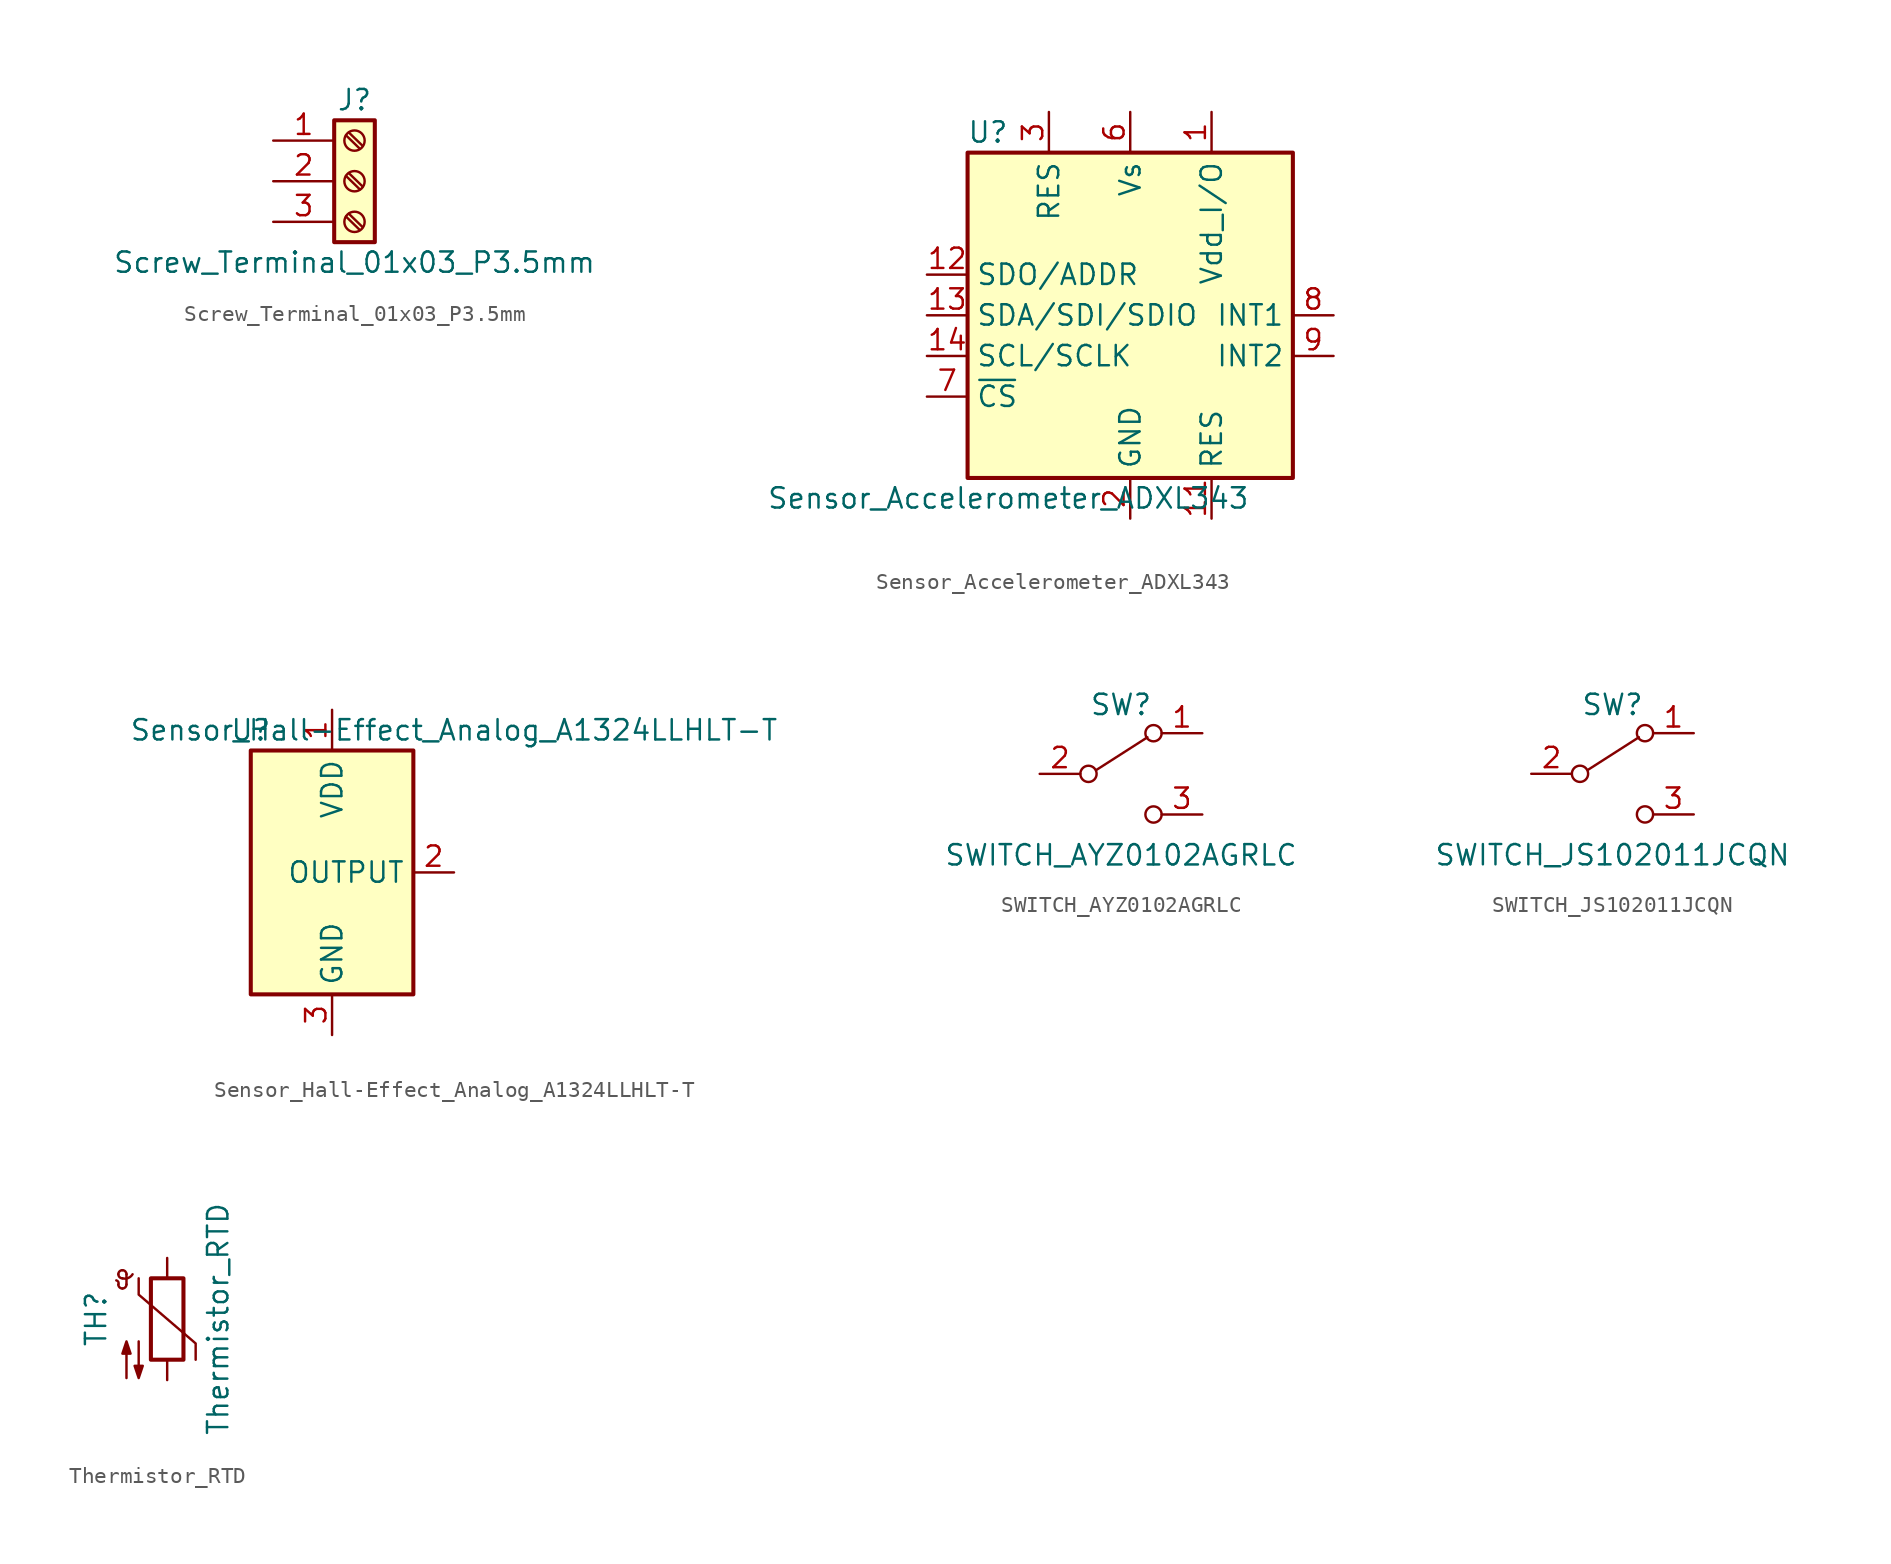
<source format=kicad_sym>
(kicad_symbol_lib
  (version 20211014)
  (generator kicad_symbol_editor)
  (symbol "Screw_Terminal_01x03_P3.5mm"
    (pin_names
      (offset 1.016) hide)
    (property "Reference" "J"
      (at 0 5.08 0)
      (effects (font (size 1.27 1.27))))
    (property "Value" "Screw_Terminal_01x03_P3.5mm"
      (at 0 -5.08 0)
      (effects (font (size 1.27 1.27))))
    (symbol "Screw_Terminal_01x03_P3.5mm_1_1"
      (rectangle (start -1.27 3.81) (end 1.27 -3.81) (stroke (width 0.254) (type default) (color 0 0 0 0)) (fill (type background)))
      (circle (center 0 -2.54) (radius 0.635) (stroke (width 0.152) (type default) (color 0 0 0 0)) (fill (type none)))
      (polyline (pts (xy -0.533 -2.21) (xy 0.33 -3.048)) (stroke (width 0.152) (type default) (color 0 0 0 0)) (fill (type none)))
      (polyline (pts (xy -0.533 0.33) (xy 0.33 -0.508)) (stroke (width 0.152) (type default) (color 0 0 0 0)) (fill (type none)))
      (polyline (pts (xy -0.533 2.87) (xy 0.33 2.032)) (stroke (width 0.152) (type default) (color 0 0 0 0)) (fill (type none)))
      (polyline (pts (xy -0.356 -2.032) (xy 0.508 -2.87)) (stroke (width 0.152) (type default) (color 0 0 0 0)) (fill (type none)))
      (polyline (pts (xy -0.356 0.508) (xy 0.508 -0.33)) (stroke (width 0.152) (type default) (color 0 0 0 0)) (fill (type none)))
      (polyline (pts (xy -0.356 3.048) (xy 0.508 2.21)) (stroke (width 0.152) (type default) (color 0 0 0 0)) (fill (type none)))
      (circle (center 0 0) (radius 0.635) (stroke (width 0.152) (type default) (color 0 0 0 0)) (fill (type none)))
      (circle (center 0 2.54) (radius 0.635) (stroke (width 0.152) (type default) (color 0 0 0 0)) (fill (type none)))
      (pin passive line (at -5.08 2.54 0) (length 3.81) (name "Pin_1" (effects (font (size 1.27 1.27)))) (number "1" (effects (font (size 1.27 1.27)))))
      (pin passive line (at -5.08 0 0) (length 3.81) (name "Pin_2" (effects (font (size 1.27 1.27)))) (number "2" (effects (font (size 1.27 1.27)))))
      (pin passive line (at -5.08 -2.54 0) (length 3.81) (name "Pin_3" (effects (font (size 1.27 1.27)))) (number "3" (effects (font (size 1.27 1.27)))))))
  (symbol "Sensor_Accelerometer_ADXL343"
    (property "Reference" "U"
      (at -8.89 11.43 0)
      (effects (font (size 1.27 1.27))))
    (property "Value" "Sensor_Accelerometer_ADXL343"
      (at -7.62 -11.43 0)
      (effects (font (size 1.27 1.27))))
    (symbol "Sensor_Accelerometer_ADXL343_0_1"
      (rectangle (start -10.16 10.16) (end 10.16 -10.16) (stroke (width 0.254) (type default) (color 0 0 0 0)) (fill (type background))))
    (symbol "Sensor_Accelerometer_ADXL343_1_1"
      (pin power_in line (at 5.08 12.7 270) (length 2.54) (name "Vdd_I/O" (effects (font (size 1.27 1.27)))) (number "1" (effects (font (size 1.27 1.27)))))
      (pin no_connect line (at -5.08 -10.16 90) (length 2.54) hide (name "NC" (effects (font (size 1.27 1.27)))) (number "10" (effects (font (size 1.27 1.27)))))
      (pin passive line (at 5.08 -12.7 90) (length 2.54) (name "RES" (effects (font (size 1.27 1.27)))) (number "11" (effects (font (size 1.27 1.27)))))
      (pin bidirectional line (at -12.7 2.54 0) (length 2.54) (name "SDO/ADDR" (effects (font (size 1.27 1.27)))) (number "12" (effects (font (size 1.27 1.27)))))
      (pin bidirectional line (at -12.7 0 0) (length 2.54) (name "SDA/SDI/SDIO" (effects (font (size 1.27 1.27)))) (number "13" (effects (font (size 1.27 1.27)))))
      (pin input line (at -12.7 -2.54 0) (length 2.54) (name "SCL/SCLK" (effects (font (size 1.27 1.27)))) (number "14" (effects (font (size 1.27 1.27)))))
      (pin power_in line (at 0 -12.7 90) (length 2.54) (name "GND" (effects (font (size 1.27 1.27)))) (number "2" (effects (font (size 1.27 1.27)))))
      (pin passive line (at -5.08 12.7 270) (length 2.54) (name "RES" (effects (font (size 1.27 1.27)))) (number "3" (effects (font (size 1.27 1.27)))))
      (pin passive line (at 0 -12.7 90) (length 2.54) hide (name "GND" (effects (font (size 1.27 1.27)))) (number "4" (effects (font (size 1.27 1.27)))))
      (pin passive line (at 0 -12.7 90) (length 2.54) hide (name "GND" (effects (font (size 1.27 1.27)))) (number "5" (effects (font (size 1.27 1.27)))))
      (pin power_in line (at 0 12.7 270) (length 2.54) (name "Vs" (effects (font (size 1.27 1.27)))) (number "6" (effects (font (size 1.27 1.27)))))
      (pin input line (at -12.7 -5.08 0) (length 2.54) (name "~{CS}" (effects (font (size 1.27 1.27)))) (number "7" (effects (font (size 1.27 1.27)))))
      (pin output line (at 12.7 0 180) (length 2.54) (name "INT1" (effects (font (size 1.27 1.27)))) (number "8" (effects (font (size 1.27 1.27)))))
      (pin output line (at 12.7 -2.54 180) (length 2.54) (name "INT2" (effects (font (size 1.27 1.27)))) (number "9" (effects (font (size 1.27 1.27)))))))
  (symbol "Sensor_Hall-Effect_Analog_A1324LLHLT-T"
    (property "Reference" "U"
      (at -5.08 8.89 0)
      (effects (font (size 1.27 1.27))))
    (property "Value" "Sensor_Hall-Effect_Analog_A1324LLHLT-T"
      (at 7.62 8.89 0)
      (effects (font (size 1.27 1.27))))
    (symbol "Sensor_Hall-Effect_Analog_A1324LLHLT-T_0_1"
      (rectangle (start 5.08 7.62) (end -5.08 -7.62) (stroke (width 0.254) (type default) (color 0 0 0 0)) (fill (type background))))
    (symbol "Sensor_Hall-Effect_Analog_A1324LLHLT-T_1_1"
      (pin power_in line (at 0 10.16 270) (length 2.54) (name "VDD" (effects (font (size 1.27 1.27)))) (number "1" (effects (font (size 1.27 1.27)))))
      (pin open_collector line (at 7.62 0 180) (length 2.54) (name "OUTPUT" (effects (font (size 1.27 1.27)))) (number "2" (effects (font (size 1.27 1.27)))))
      (pin power_in line (at 0 -10.16 90) (length 2.54) (name "GND" (effects (font (size 1.27 1.27)))) (number "3" (effects (font (size 1.27 1.27)))))))
  (symbol "SWITCH_AYZ0102AGRLC"
    (pin_names
      (offset 0) hide)
    (property "Reference" "SW"
      (at 0 4.318 0)
      (effects (font (size 1.27 1.27))))
    (property "Value" "SWITCH_AYZ0102AGRLC"
      (at 0 -5.08 0)
      (effects (font (size 1.27 1.27))))
    (symbol "SWITCH_AYZ0102AGRLC_0_0"
      (circle (center -2.032 0) (radius 0.508) (stroke (width 0) (type default) (color 0 0 0 0)) (fill (type none)))
      (circle (center 2.032 -2.54) (radius 0.508) (stroke (width 0) (type default) (color 0 0 0 0)) (fill (type none))))
    (symbol "SWITCH_AYZ0102AGRLC_0_1"
      (polyline (pts (xy -1.524 0.254) (xy 1.651 2.286)) (stroke (width 0) (type default) (color 0 0 0 0)) (fill (type none)))
      (circle (center 2.032 2.54) (radius 0.508) (stroke (width 0) (type default) (color 0 0 0 0)) (fill (type none))))
    (symbol "SWITCH_AYZ0102AGRLC_1_1"
      (pin passive line (at 5.08 2.54 180) (length 2.54) (name "A" (effects (font (size 1.27 1.27)))) (number "1" (effects (font (size 1.27 1.27)))))
      (pin passive line (at -5.08 0 0) (length 2.54) (name "B" (effects (font (size 1.27 1.27)))) (number "2" (effects (font (size 1.27 1.27)))))
      (pin passive line (at 5.08 -2.54 180) (length 2.54) (name "C" (effects (font (size 1.27 1.27)))) (number "3" (effects (font (size 1.27 1.27)))))))
  (symbol "SWITCH_JS102011JCQN"
    (pin_names
      (offset 0) hide)
    (property "Reference" "SW"
      (at 0 4.318 0)
      (effects (font (size 1.27 1.27))))
    (property "Value" "SWITCH_JS102011JCQN"
      (at 0 -5.08 0)
      (effects (font (size 1.27 1.27))))
    (symbol "SWITCH_JS102011JCQN_0_0"
      (circle (center -2.032 0) (radius 0.508) (stroke (width 0) (type default) (color 0 0 0 0)) (fill (type none)))
      (circle (center 2.032 -2.54) (radius 0.508) (stroke (width 0) (type default) (color 0 0 0 0)) (fill (type none))))
    (symbol "SWITCH_JS102011JCQN_0_1"
      (polyline (pts (xy -1.524 0.254) (xy 1.651 2.286)) (stroke (width 0) (type default) (color 0 0 0 0)) (fill (type none)))
      (circle (center 2.032 2.54) (radius 0.508) (stroke (width 0) (type default) (color 0 0 0 0)) (fill (type none))))
    (symbol "SWITCH_JS102011JCQN_1_1"
      (pin passive line (at 5.08 2.54 180) (length 2.54) (name "A" (effects (font (size 1.27 1.27)))) (number "1" (effects (font (size 1.27 1.27)))))
      (pin passive line (at -5.08 0 0) (length 2.54) (name "B" (effects (font (size 1.27 1.27)))) (number "2" (effects (font (size 1.27 1.27)))))
      (pin passive line (at 5.08 -2.54 180) (length 2.54) (name "C" (effects (font (size 1.27 1.27)))) (number "3" (effects (font (size 1.27 1.27)))))))
  (symbol "Thermistor_RTD"
    (pin_numbers hide)
    (pin_names
      (offset 0))
    (property "Reference" "TH"
      (at -4.445 0 90)
      (effects (font (size 1.27 1.27))))
    (property "Value" "Thermistor_RTD"
      (at 3.175 0 90)
      (effects (font (size 1.27 1.27))))
    (symbol "Thermistor_RTD_0_1"
      (arc (start -3.048 2.159) (mid -3.0505 2.3165) (end -3.175 2.413) (stroke (width 0) (type default) (color 0 0 0 0)) (fill (type none)))
      (arc (start -3.048 2.159) (mid -2.9736 1.9794) (end -2.794 1.905) (stroke (width 0) (type default) (color 0 0 0 0)) (fill (type none)))
      (arc (start -3.048 2.794) (mid -2.9736 2.6144) (end -2.794 2.54) (stroke (width 0) (type default) (color 0 0 0 0)) (fill (type none)))
      (arc (start -2.794 1.905) (mid -2.6144 1.9794) (end -2.54 2.159) (stroke (width 0) (type default) (color 0 0 0 0)) (fill (type none)))
      (arc (start -2.794 2.54) (mid -2.434 2.5608) (end -2.159 2.794) (stroke (width 0) (type default) (color 0 0 0 0)) (fill (type none)))
      (arc (start -2.794 3.048) (mid -2.9736 2.9736) (end -3.048 2.794) (stroke (width 0) (type default) (color 0 0 0 0)) (fill (type none)))
      (arc (start -2.54 2.794) (mid -2.6144 2.9736) (end -2.794 3.048) (stroke (width 0) (type default) (color 0 0 0 0)) (fill (type none)))
      (rectangle (start -1.016 2.54) (end 1.016 -2.54) (stroke (width 0.254) (type default) (color 0 0 0 0)) (fill (type none)))
      (polyline (pts (xy -2.54 2.159) (xy -2.54 2.794)) (stroke (width 0) (type default) (color 0 0 0 0)) (fill (type none)))
      (polyline (pts (xy -1.778 2.54) (xy -1.778 1.524) (xy 1.778 -1.524) (xy 1.778 -2.54)) (stroke (width 0) (type default) (color 0 0 0 0)) (fill (type none)))
      (polyline (pts (xy -2.54 -3.683) (xy -2.54 -1.397) (xy -2.794 -2.159) (xy -2.286 -2.159) (xy -2.54 -1.397) (xy -2.54 -1.651)) (stroke (width 0) (type default) (color 0 0 0 0)) (fill (type outline)))
      (polyline (pts (xy -1.778 -1.397) (xy -1.778 -3.683) (xy -2.032 -2.921) (xy -1.524 -2.921) (xy -1.778 -3.683) (xy -1.778 -3.429)) (stroke (width 0) (type default) (color 0 0 0 0)) (fill (type outline))))
    (symbol "Thermistor_RTD_1_1"
      (pin passive line (at 0 3.81 270) (length 1.27) (name "~" (effects (font (size 1.27 1.27)))) (number "1" (effects (font (size 1.27 1.27)))))
      (pin passive line (at 0 -3.81 90) (length 1.27) (name "~" (effects (font (size 1.27 1.27)))) (number "2" (effects (font (size 1.27 1.27))))))))
</source>
